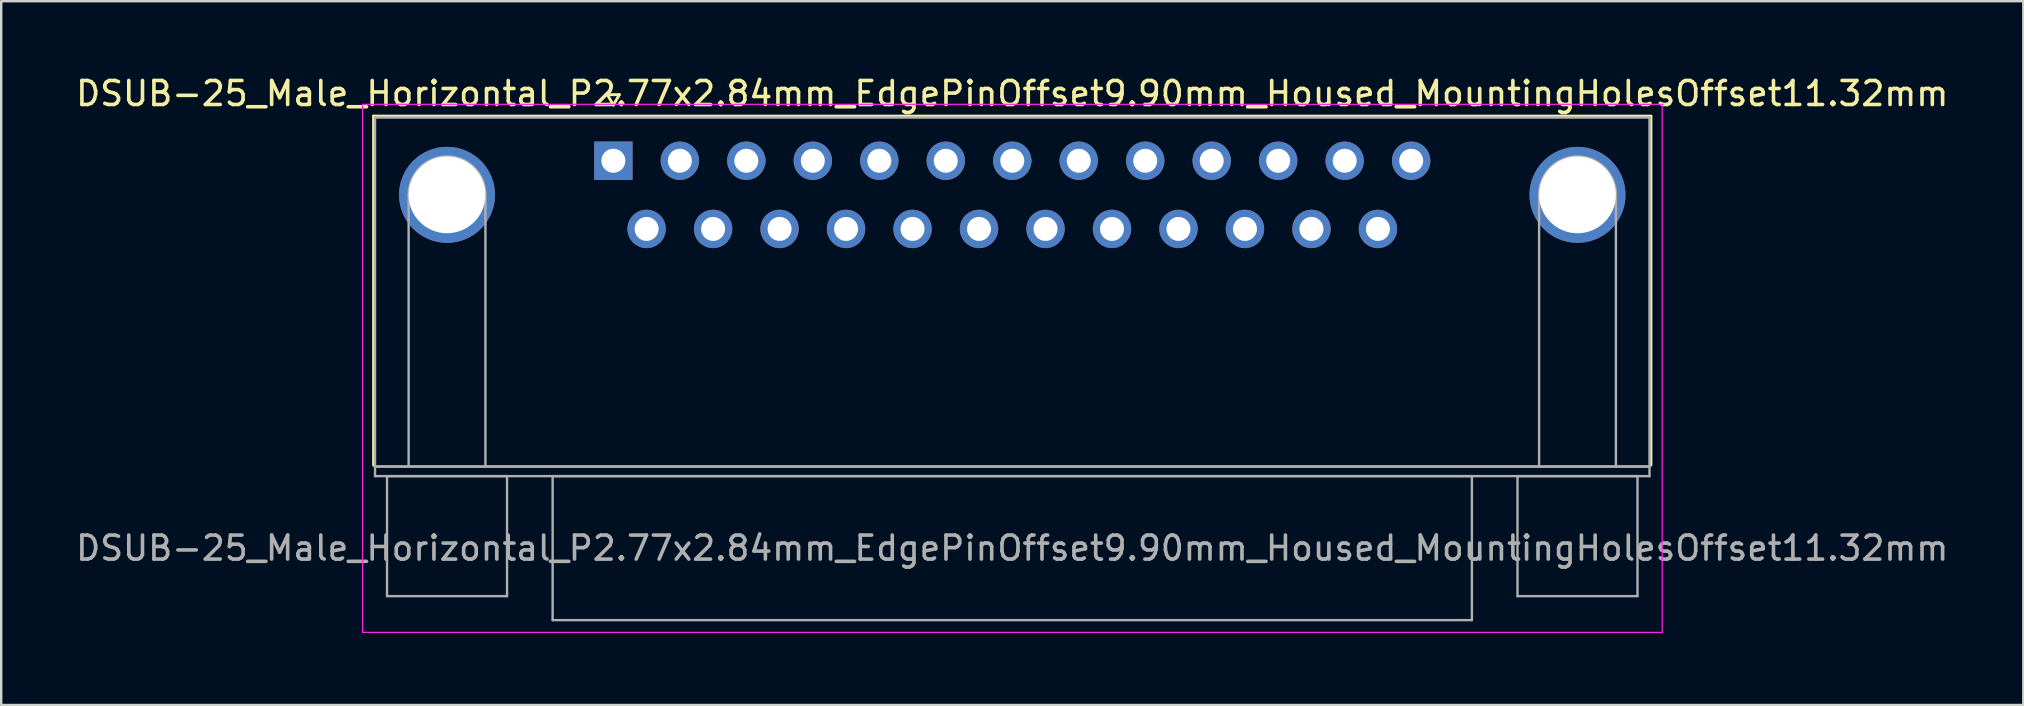
<source format=kicad_pcb>
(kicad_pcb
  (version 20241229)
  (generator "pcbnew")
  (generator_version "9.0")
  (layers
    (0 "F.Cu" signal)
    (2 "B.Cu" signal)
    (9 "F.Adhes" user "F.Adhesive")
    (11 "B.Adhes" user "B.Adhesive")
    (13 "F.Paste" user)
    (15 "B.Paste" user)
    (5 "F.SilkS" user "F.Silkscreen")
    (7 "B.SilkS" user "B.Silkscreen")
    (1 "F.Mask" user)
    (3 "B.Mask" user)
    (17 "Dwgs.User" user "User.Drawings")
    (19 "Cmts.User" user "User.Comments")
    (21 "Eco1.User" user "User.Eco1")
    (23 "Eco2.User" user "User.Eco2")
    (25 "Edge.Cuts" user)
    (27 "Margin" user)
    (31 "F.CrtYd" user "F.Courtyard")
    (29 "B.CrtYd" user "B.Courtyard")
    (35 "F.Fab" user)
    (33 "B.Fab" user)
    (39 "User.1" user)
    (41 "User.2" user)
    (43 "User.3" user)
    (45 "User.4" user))
  (footprint "DSUB-25_Male_Horizontal_P2.77x2.84mm_EdgePinOffset9.90mm_Housed_MountingHolesOffset11.32mm"
    (layer "F.Cu")
    (at 22.505 3.648)
    (property "Reference" "DSUB-25_Male_Horizontal_P2.77x2.84mm_EdgePinOffset9.90mm_Housed_MountingHolesOffset11.32mm" (at 16.62 -2.8 0) (layer "F.SilkS") (effects (font (size 1 1) (thickness 0.15))))
    (attr through_hole)
    (fp_line (start -9.99 -1.86) (end 43.23 -1.86) (stroke (width 0.12) (type solid)) (layer "F.SilkS"))
    (fp_line (start -9.99 12.68) (end -9.99 -1.86) (stroke (width 0.12) (type solid)) (layer "F.SilkS"))
    (fp_line (start -0.25 -2.754) (end 0.25 -2.754) (stroke (width 0.12) (type solid)) (layer "F.SilkS"))
    (fp_line (start 0 -2.321) (end -0.25 -2.754) (stroke (width 0.12) (type solid)) (layer "F.SilkS"))
    (fp_line (start 0.25 -2.754) (end 0 -2.321) (stroke (width 0.12) (type solid)) (layer "F.SilkS"))
    (fp_line (start 43.23 -1.86) (end 43.23 12.68) (stroke (width 0.12) (type solid)) (layer "F.SilkS"))
    (fp_line (start -10.45 -2.35) (end -10.45 19.65) (stroke (width 0.05) (type solid)) (layer "F.CrtYd"))
    (fp_line (start -10.45 19.65) (end 43.7 19.65) (stroke (width 0.05) (type solid)) (layer "F.CrtYd"))
    (fp_line (start 43.7 -2.35) (end -10.45 -2.35) (stroke (width 0.05) (type solid)) (layer "F.CrtYd"))
    (fp_line (start 43.7 19.65) (end 43.7 -2.35) (stroke (width 0.05) (type solid)) (layer "F.CrtYd"))
    (fp_line (start -9.93 -1.8) (end -9.93 12.74) (stroke (width 0.1) (type solid)) (layer "F.Fab"))
    (fp_line (start -9.93 12.74) (end -9.93 13.14) (stroke (width 0.1) (type solid)) (layer "F.Fab"))
    (fp_line (start -9.93 12.74) (end 43.17 12.74) (stroke (width 0.1) (type solid)) (layer "F.Fab"))
    (fp_line (start -9.93 13.14) (end 43.17 13.14) (stroke (width 0.1) (type solid)) (layer "F.Fab"))
    (fp_line (start -9.43 13.14) (end -9.43 18.14) (stroke (width 0.1) (type solid)) (layer "F.Fab"))
    (fp_line (start -9.43 18.14) (end -4.43 18.14) (stroke (width 0.1) (type solid)) (layer "F.Fab"))
    (fp_line (start -8.53 12.74) (end -8.53 1.42) (stroke (width 0.1) (type solid)) (layer "F.Fab"))
    (fp_line (start -5.33 12.74) (end -5.33 1.42) (stroke (width 0.1) (type solid)) (layer "F.Fab"))
    (fp_line (start -4.43 13.14) (end -9.43 13.14) (stroke (width 0.1) (type solid)) (layer "F.Fab"))
    (fp_line (start -4.43 18.14) (end -4.43 13.14) (stroke (width 0.1) (type solid)) (layer "F.Fab"))
    (fp_line (start -2.53 13.14) (end -2.53 19.14) (stroke (width 0.1) (type solid)) (layer "F.Fab"))
    (fp_line (start -2.53 19.14) (end 35.77 19.14) (stroke (width 0.1) (type solid)) (layer "F.Fab"))
    (fp_line (start 35.77 13.14) (end -2.53 13.14) (stroke (width 0.1) (type solid)) (layer "F.Fab"))
    (fp_line (start 35.77 19.14) (end 35.77 13.14) (stroke (width 0.1) (type solid)) (layer "F.Fab"))
    (fp_line (start 37.67 13.14) (end 37.67 18.14) (stroke (width 0.1) (type solid)) (layer "F.Fab"))
    (fp_line (start 37.67 18.14) (end 42.67 18.14) (stroke (width 0.1) (type solid)) (layer "F.Fab"))
    (fp_line (start 38.57 12.74) (end 38.57 1.42) (stroke (width 0.1) (type solid)) (layer "F.Fab"))
    (fp_line (start 41.77 12.74) (end 41.77 1.42) (stroke (width 0.1) (type solid)) (layer "F.Fab"))
    (fp_line (start 42.67 13.14) (end 37.67 13.14) (stroke (width 0.1) (type solid)) (layer "F.Fab"))
    (fp_line (start 42.67 18.14) (end 42.67 13.14) (stroke (width 0.1) (type solid)) (layer "F.Fab"))
    (fp_line (start 43.17 -1.8) (end -9.93 -1.8) (stroke (width 0.1) (type solid)) (layer "F.Fab"))
    (fp_line (start 43.17 12.74) (end -9.93 12.74) (stroke (width 0.1) (type solid)) (layer "F.Fab"))
    (fp_line (start 43.17 12.74) (end 43.17 -1.8) (stroke (width 0.1) (type solid)) (layer "F.Fab"))
    (fp_line (start 43.17 13.14) (end 43.17 12.74) (stroke (width 0.1) (type solid)) (layer "F.Fab"))
    (fp_arc (start -8.53 1.42) (mid -6.93 -0.18) (end -5.33 1.42) (stroke (width 0.1) (type solid)) (layer "F.Fab"))
    (fp_arc (start 38.57 1.42) (mid 40.17 -0.18) (end 41.77 1.42) (stroke (width 0.1) (type solid)) (layer "F.Fab"))
    (fp_text user "${REFERENCE}" (at 16.62 16.14 0) (layer "F.Fab") (effects (font (size 1 1) (thickness 0.15))))
    (pad "0" thru_hole circle (at -6.93 1.42) (size 4 4) (drill 3.2) (layers "*.Cu" "*.Mask"))
    (pad "0" thru_hole circle (at 40.17 1.42) (size 4 4) (drill 3.2) (layers "*.Cu" "*.Mask"))
    (pad "1" thru_hole rect (at 0 0) (size 1.6 1.6) (drill 1) (layers "*.Cu" "*.Mask"))
    (pad "2" thru_hole circle (at 2.77 0) (size 1.6 1.6) (drill 1) (layers "*.Cu" "*.Mask"))
    (pad "3" thru_hole circle (at 5.54 0) (size 1.6 1.6) (drill 1) (layers "*.Cu" "*.Mask"))
    (pad "4" thru_hole circle (at 8.31 0) (size 1.6 1.6) (drill 1) (layers "*.Cu" "*.Mask"))
    (pad "5" thru_hole circle (at 11.08 0) (size 1.6 1.6) (drill 1) (layers "*.Cu" "*.Mask"))
    (pad "6" thru_hole circle (at 13.85 0) (size 1.6 1.6) (drill 1) (layers "*.Cu" "*.Mask"))
    (pad "7" thru_hole circle (at 16.62 0) (size 1.6 1.6) (drill 1) (layers "*.Cu" "*.Mask"))
    (pad "8" thru_hole circle (at 19.39 0) (size 1.6 1.6) (drill 1) (layers "*.Cu" "*.Mask"))
    (pad "9" thru_hole circle (at 22.16 0) (size 1.6 1.6) (drill 1) (layers "*.Cu" "*.Mask"))
    (pad "10" thru_hole circle (at 24.93 0) (size 1.6 1.6) (drill 1) (layers "*.Cu" "*.Mask"))
    (pad "11" thru_hole circle (at 27.7 0) (size 1.6 1.6) (drill 1) (layers "*.Cu" "*.Mask"))
    (pad "12" thru_hole circle (at 30.47 0) (size 1.6 1.6) (drill 1) (layers "*.Cu" "*.Mask"))
    (pad "13" thru_hole circle (at 33.24 0) (size 1.6 1.6) (drill 1) (layers "*.Cu" "*.Mask"))
    (pad "14" thru_hole circle (at 1.385 2.84) (size 1.6 1.6) (drill 1) (layers "*.Cu" "*.Mask"))
    (pad "15" thru_hole circle (at 4.155 2.84) (size 1.6 1.6) (drill 1) (layers "*.Cu" "*.Mask"))
    (pad "16" thru_hole circle (at 6.925 2.84) (size 1.6 1.6) (drill 1) (layers "*.Cu" "*.Mask"))
    (pad "17" thru_hole circle (at 9.695 2.84) (size 1.6 1.6) (drill 1) (layers "*.Cu" "*.Mask"))
    (pad "18" thru_hole circle (at 12.465 2.84) (size 1.6 1.6) (drill 1) (layers "*.Cu" "*.Mask"))
    (pad "19" thru_hole circle (at 15.235 2.84) (size 1.6 1.6) (drill 1) (layers "*.Cu" "*.Mask"))
    (pad "20" thru_hole circle (at 18.005 2.84) (size 1.6 1.6) (drill 1) (layers "*.Cu" "*.Mask"))
    (pad "21" thru_hole circle (at 20.775 2.84) (size 1.6 1.6) (drill 1) (layers "*.Cu" "*.Mask"))
    (pad "22" thru_hole circle (at 23.545 2.84) (size 1.6 1.6) (drill 1) (layers "*.Cu" "*.Mask"))
    (pad "23" thru_hole circle (at 26.315 2.84) (size 1.6 1.6) (drill 1) (layers "*.Cu" "*.Mask"))
    (pad "24" thru_hole circle (at 29.085 2.84) (size 1.6 1.6) (drill 1) (layers "*.Cu" "*.Mask"))
    (pad "25" thru_hole circle (at 31.855 2.84) (size 1.6 1.6) (drill 1) (layers "*.Cu" "*.Mask")))
  (gr_rect
    (start -3 -3)
    (end 81.25 26.323)
    (stroke (width 0.1) (type default))
    (fill no)
    (layer "Edge.Cuts")))
</source>
